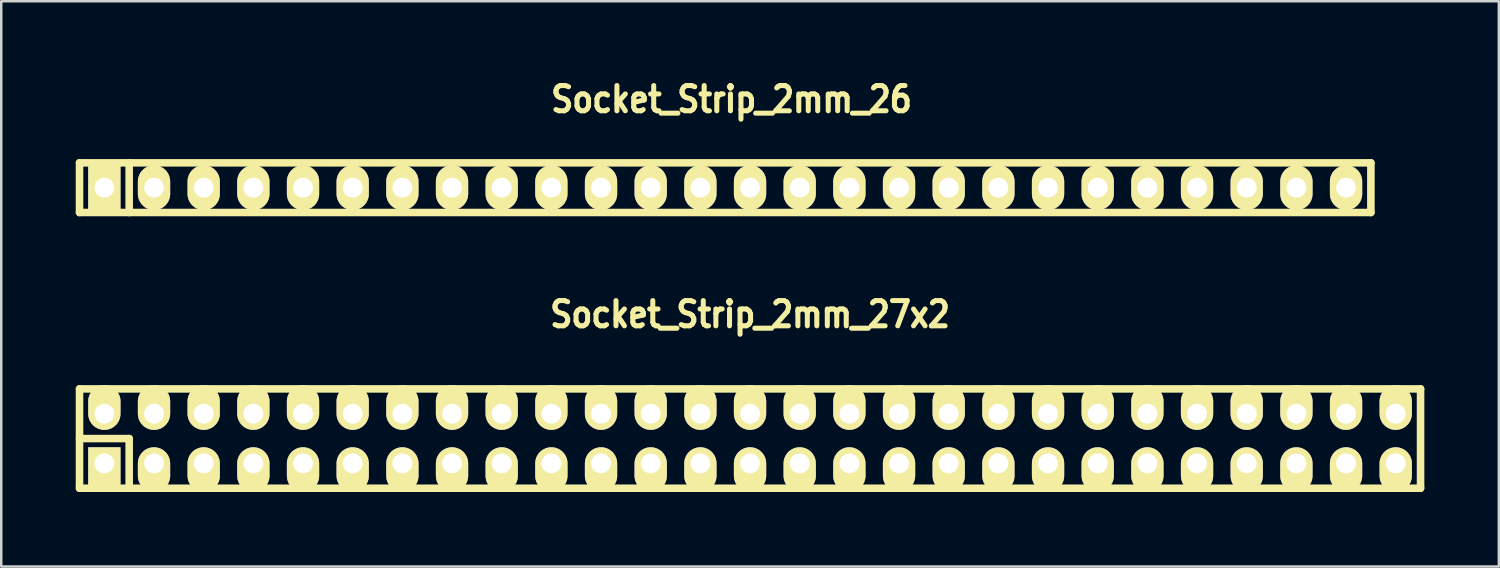
<source format=kicad_pcb>
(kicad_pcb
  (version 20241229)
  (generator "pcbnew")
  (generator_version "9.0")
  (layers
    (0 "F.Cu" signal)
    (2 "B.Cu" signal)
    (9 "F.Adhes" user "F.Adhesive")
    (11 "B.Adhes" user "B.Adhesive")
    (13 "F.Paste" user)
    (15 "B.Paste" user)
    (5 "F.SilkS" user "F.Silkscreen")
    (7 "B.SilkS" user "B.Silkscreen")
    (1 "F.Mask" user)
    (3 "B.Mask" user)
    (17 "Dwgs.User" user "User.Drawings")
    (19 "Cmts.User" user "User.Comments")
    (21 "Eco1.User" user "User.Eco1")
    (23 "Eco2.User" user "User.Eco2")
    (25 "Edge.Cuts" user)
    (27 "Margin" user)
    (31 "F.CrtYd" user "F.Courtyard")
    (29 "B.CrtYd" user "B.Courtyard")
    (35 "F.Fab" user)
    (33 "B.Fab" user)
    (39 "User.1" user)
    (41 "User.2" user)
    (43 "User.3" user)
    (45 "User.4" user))
  (footprint "Socket_Strip_2mm_27x2"
    (layer "F.Cu")
    (at 27.152 14.61)
    (property "Reference" "Socket_Strip_2mm_27x2" (at 0 -5 0) (layer "F.SilkS") (effects (font (size 1.016 0.889) (thickness 0.203))))
    (attr through_hole)
    (fp_line (start -27 -2) (end 27 -2) (stroke (width 0.305) (type solid)) (layer "F.SilkS"))
    (fp_line (start -27 0) (end -25 0) (stroke (width 0.305) (type solid)) (layer "F.SilkS"))
    (fp_line (start -27 2) (end -27 -2) (stroke (width 0.305) (type solid)) (layer "F.SilkS"))
    (fp_line (start -25 0) (end -25 2) (stroke (width 0.305) (type solid)) (layer "F.SilkS"))
    (fp_line (start 27 -2) (end 27 2) (stroke (width 0.305) (type solid)) (layer "F.SilkS"))
    (fp_line (start 27 2) (end -27 2) (stroke (width 0.305) (type solid)) (layer "F.SilkS"))
    (pad "1" thru_hole rect (at -26 1) (size 1.3 1.8) (drill 0.8 (offset 0 0.25)) (layers "*.Cu" "*.Mask" "F.SilkS"))
    (pad "2" thru_hole oval (at -26 -1) (size 1.3 1.8) (drill 0.8 (offset 0 -0.25)) (layers "*.Cu" "*.Mask" "F.SilkS"))
    (pad "3" thru_hole oval (at -24 1) (size 1.3 1.8) (drill 0.8 (offset 0 0.25)) (layers "*.Cu" "*.Mask" "F.SilkS"))
    (pad "4" thru_hole oval (at -24 -1) (size 1.3 1.8) (drill 0.8 (offset 0 -0.25)) (layers "*.Cu" "*.Mask" "F.SilkS"))
    (pad "5" thru_hole oval (at -22 1) (size 1.3 1.8) (drill 0.8 (offset 0 0.25)) (layers "*.Cu" "*.Mask" "F.SilkS"))
    (pad "6" thru_hole oval (at -22 -1) (size 1.3 1.8) (drill 0.8 (offset 0 -0.25)) (layers "*.Cu" "*.Mask" "F.SilkS"))
    (pad "7" thru_hole oval (at -20 1) (size 1.3 1.8) (drill 0.8 (offset 0 0.25)) (layers "*.Cu" "*.Mask" "F.SilkS"))
    (pad "8" thru_hole oval (at -20 -1) (size 1.3 1.8) (drill 0.8 (offset 0 -0.25)) (layers "*.Cu" "*.Mask" "F.SilkS"))
    (pad "9" thru_hole oval (at -18 1) (size 1.3 1.8) (drill 0.8 (offset 0 0.25)) (layers "*.Cu" "*.Mask" "F.SilkS"))
    (pad "10" thru_hole oval (at -18 -1) (size 1.3 1.8) (drill 0.8 (offset 0 -0.25)) (layers "*.Cu" "*.Mask" "F.SilkS"))
    (pad "11" thru_hole oval (at -16 1) (size 1.3 1.8) (drill 0.8 (offset 0 0.25)) (layers "*.Cu" "*.Mask" "F.SilkS"))
    (pad "12" thru_hole oval (at -16 -1) (size 1.3 1.8) (drill 0.8 (offset 0 -0.25)) (layers "*.Cu" "*.Mask" "F.SilkS"))
    (pad "13" thru_hole oval (at -14 1) (size 1.3 1.8) (drill 0.8 (offset 0 0.25)) (layers "*.Cu" "*.Mask" "F.SilkS"))
    (pad "14" thru_hole oval (at -14 -1) (size 1.3 1.8) (drill 0.8 (offset 0 -0.25)) (layers "*.Cu" "*.Mask" "F.SilkS"))
    (pad "15" thru_hole oval (at -12 1) (size 1.3 1.8) (drill 0.8 (offset 0 0.25)) (layers "*.Cu" "*.Mask" "F.SilkS"))
    (pad "16" thru_hole oval (at -12 -1) (size 1.3 1.8) (drill 0.8 (offset 0 -0.25)) (layers "*.Cu" "*.Mask" "F.SilkS"))
    (pad "17" thru_hole oval (at -10 1) (size 1.3 1.8) (drill 0.8 (offset 0 0.25)) (layers "*.Cu" "*.Mask" "F.SilkS"))
    (pad "18" thru_hole oval (at -10 -1) (size 1.3 1.8) (drill 0.8 (offset 0 -0.25)) (layers "*.Cu" "*.Mask" "F.SilkS"))
    (pad "19" thru_hole oval (at -8 1) (size 1.3 1.8) (drill 0.8 (offset 0 0.25)) (layers "*.Cu" "*.Mask" "F.SilkS"))
    (pad "20" thru_hole oval (at -8 -1) (size 1.3 1.8) (drill 0.8 (offset 0 -0.25)) (layers "*.Cu" "*.Mask" "F.SilkS"))
    (pad "21" thru_hole oval (at -6 1) (size 1.3 1.8) (drill 0.8 (offset 0 0.25)) (layers "*.Cu" "*.Mask" "F.SilkS"))
    (pad "22" thru_hole oval (at -6 -1) (size 1.3 1.8) (drill 0.8 (offset 0 -0.25)) (layers "*.Cu" "*.Mask" "F.SilkS"))
    (pad "23" thru_hole oval (at -4 1) (size 1.3 1.8) (drill 0.8 (offset 0 0.25)) (layers "*.Cu" "*.Mask" "F.SilkS"))
    (pad "24" thru_hole oval (at -4 -1) (size 1.3 1.8) (drill 0.8 (offset 0 -0.25)) (layers "*.Cu" "*.Mask" "F.SilkS"))
    (pad "25" thru_hole oval (at -2 1) (size 1.3 1.8) (drill 0.8 (offset 0 0.25)) (layers "*.Cu" "*.Mask" "F.SilkS"))
    (pad "26" thru_hole oval (at -2 -1) (size 1.3 1.8) (drill 0.8 (offset 0 -0.25)) (layers "*.Cu" "*.Mask" "F.SilkS"))
    (pad "27" thru_hole oval (at 0 1) (size 1.3 1.8) (drill 0.8 (offset 0 0.25)) (layers "*.Cu" "*.Mask" "F.SilkS"))
    (pad "28" thru_hole oval (at 0 -1) (size 1.3 1.8) (drill 0.8 (offset 0 -0.25)) (layers "*.Cu" "*.Mask" "F.SilkS"))
    (pad "29" thru_hole oval (at 2 1) (size 1.3 1.8) (drill 0.8 (offset 0 0.25)) (layers "*.Cu" "*.Mask" "F.SilkS"))
    (pad "30" thru_hole oval (at 2 -1) (size 1.3 1.8) (drill 0.8 (offset 0 -0.25)) (layers "*.Cu" "*.Mask" "F.SilkS"))
    (pad "31" thru_hole oval (at 4 1) (size 1.3 1.8) (drill 0.8 (offset 0 0.25)) (layers "*.Cu" "*.Mask" "F.SilkS"))
    (pad "32" thru_hole oval (at 4 -1) (size 1.3 1.8) (drill 0.8 (offset 0 -0.25)) (layers "*.Cu" "*.Mask" "F.SilkS"))
    (pad "33" thru_hole oval (at 6 1) (size 1.3 1.8) (drill 0.8 (offset 0 0.25)) (layers "*.Cu" "*.Mask" "F.SilkS"))
    (pad "34" thru_hole oval (at 6 -1) (size 1.3 1.8) (drill 0.8 (offset 0 -0.25)) (layers "*.Cu" "*.Mask" "F.SilkS"))
    (pad "35" thru_hole oval (at 8 1) (size 1.3 1.8) (drill 0.8 (offset 0 0.25)) (layers "*.Cu" "*.Mask" "F.SilkS"))
    (pad "36" thru_hole oval (at 8 -1) (size 1.3 1.8) (drill 0.8 (offset 0 -0.25)) (layers "*.Cu" "*.Mask" "F.SilkS"))
    (pad "37" thru_hole oval (at 10 1) (size 1.3 1.8) (drill 0.8 (offset 0 0.25)) (layers "*.Cu" "*.Mask" "F.SilkS"))
    (pad "38" thru_hole oval (at 10 -1) (size 1.3 1.8) (drill 0.8 (offset 0 -0.25)) (layers "*.Cu" "*.Mask" "F.SilkS"))
    (pad "39" thru_hole oval (at 12 1) (size 1.3 1.8) (drill 0.8 (offset 0 0.25)) (layers "*.Cu" "*.Mask" "F.SilkS"))
    (pad "40" thru_hole oval (at 12 -1) (size 1.3 1.8) (drill 0.8 (offset 0 -0.25)) (layers "*.Cu" "*.Mask" "F.SilkS"))
    (pad "41" thru_hole oval (at 14 1) (size 1.3 1.8) (drill 0.8 (offset 0 0.25)) (layers "*.Cu" "*.Mask" "F.SilkS"))
    (pad "42" thru_hole oval (at 14 -1) (size 1.3 1.8) (drill 0.8 (offset 0 -0.25)) (layers "*.Cu" "*.Mask" "F.SilkS"))
    (pad "43" thru_hole oval (at 16 1) (size 1.3 1.8) (drill 0.8 (offset 0 0.25)) (layers "*.Cu" "*.Mask" "F.SilkS"))
    (pad "44" thru_hole oval (at 16 -1) (size 1.3 1.8) (drill 0.8 (offset 0 -0.25)) (layers "*.Cu" "*.Mask" "F.SilkS"))
    (pad "45" thru_hole oval (at 18 1) (size 1.3 1.8) (drill 0.8 (offset 0 0.25)) (layers "*.Cu" "*.Mask" "F.SilkS"))
    (pad "46" thru_hole oval (at 18 -1) (size 1.3 1.8) (drill 0.8 (offset 0 -0.25)) (layers "*.Cu" "*.Mask" "F.SilkS"))
    (pad "47" thru_hole oval (at 20 1) (size 1.3 1.8) (drill 0.8 (offset 0 0.25)) (layers "*.Cu" "*.Mask" "F.SilkS"))
    (pad "48" thru_hole oval (at 20 -1) (size 1.3 1.8) (drill 0.8 (offset 0 -0.25)) (layers "*.Cu" "*.Mask" "F.SilkS"))
    (pad "49" thru_hole oval (at 22 1) (size 1.3 1.8) (drill 0.8 (offset 0 0.25)) (layers "*.Cu" "*.Mask" "F.SilkS"))
    (pad "50" thru_hole oval (at 22 -1) (size 1.3 1.8) (drill 0.8 (offset 0 -0.25)) (layers "*.Cu" "*.Mask" "F.SilkS"))
    (pad "51" thru_hole oval (at 24 1) (size 1.3 1.8) (drill 0.8 (offset 0 0.25)) (layers "*.Cu" "*.Mask" "F.SilkS"))
    (pad "52" thru_hole oval (at 24 -1) (size 1.3 1.8) (drill 0.8 (offset 0 -0.25)) (layers "*.Cu" "*.Mask" "F.SilkS"))
    (pad "53" thru_hole oval (at 26 1) (size 1.3 1.8) (drill 0.8 (offset 0 0.25)) (layers "*.Cu" "*.Mask" "F.SilkS"))
    (pad "54" thru_hole oval (at 26 -1) (size 1.3 1.8) (drill 0.8 (offset 0 -0.25)) (layers "*.Cu" "*.Mask" "F.SilkS")))
  (footprint "Socket_Strip_2mm_26"
    (layer "F.Cu")
    (at 26.152 4.507)
    (property "Reference" "Socket_Strip_2mm_26" (at 0.254 -3.556 0) (layer "F.SilkS") (effects (font (size 1.016 0.889) (thickness 0.203))))
    (attr through_hole)
    (fp_line (start -26 -1) (end 26 -1) (stroke (width 0.305) (type solid)) (layer "F.SilkS"))
    (fp_line (start -26 1) (end -26 -1) (stroke (width 0.305) (type solid)) (layer "F.SilkS"))
    (fp_line (start -24 -1) (end -24 1) (stroke (width 0.305) (type solid)) (layer "F.SilkS"))
    (fp_line (start 26 -1) (end 26 1) (stroke (width 0.305) (type solid)) (layer "F.SilkS"))
    (fp_line (start 26 1) (end -26 1) (stroke (width 0.305) (type solid)) (layer "F.SilkS"))
    (pad "1" thru_hole rect (at -25 0) (size 1.3 1.8) (drill 0.8) (layers "*.Cu" "*.Mask" "F.SilkS"))
    (pad "2" thru_hole oval (at -23 0) (size 1.3 1.8) (drill 0.8) (layers "*.Cu" "*.Mask" "F.SilkS"))
    (pad "3" thru_hole oval (at -21 0) (size 1.3 1.8) (drill 0.8) (layers "*.Cu" "*.Mask" "F.SilkS"))
    (pad "4" thru_hole oval (at -19 0) (size 1.3 1.8) (drill 0.8) (layers "*.Cu" "*.Mask" "F.SilkS"))
    (pad "5" thru_hole oval (at -17 0) (size 1.3 1.8) (drill 0.8) (layers "*.Cu" "*.Mask" "F.SilkS"))
    (pad "6" thru_hole oval (at -15 0) (size 1.3 1.8) (drill 0.8) (layers "*.Cu" "*.Mask" "F.SilkS"))
    (pad "7" thru_hole oval (at -13 0) (size 1.3 1.8) (drill 0.8) (layers "*.Cu" "*.Mask" "F.SilkS"))
    (pad "8" thru_hole oval (at -11 0) (size 1.3 1.8) (drill 0.8) (layers "*.Cu" "*.Mask" "F.SilkS"))
    (pad "9" thru_hole oval (at -9 0) (size 1.3 1.8) (drill 0.8) (layers "*.Cu" "*.Mask" "F.SilkS"))
    (pad "10" thru_hole oval (at -7 0) (size 1.3 1.8) (drill 0.8) (layers "*.Cu" "*.Mask" "F.SilkS"))
    (pad "11" thru_hole oval (at -5 0) (size 1.3 1.8) (drill 0.8) (layers "*.Cu" "*.Mask" "F.SilkS"))
    (pad "12" thru_hole oval (at -3 0) (size 1.3 1.8) (drill 0.8) (layers "*.Cu" "*.Mask" "F.SilkS"))
    (pad "13" thru_hole oval (at -1 0) (size 1.3 1.8) (drill 0.8) (layers "*.Cu" "*.Mask" "F.SilkS"))
    (pad "14" thru_hole oval (at 1 0) (size 1.3 1.8) (drill 0.8) (layers "*.Cu" "*.Mask" "F.SilkS"))
    (pad "15" thru_hole oval (at 3 0) (size 1.3 1.8) (drill 0.8) (layers "*.Cu" "*.Mask" "F.SilkS"))
    (pad "16" thru_hole oval (at 5 0) (size 1.3 1.8) (drill 0.8) (layers "*.Cu" "*.Mask" "F.SilkS"))
    (pad "17" thru_hole oval (at 7 0) (size 1.3 1.8) (drill 0.8) (layers "*.Cu" "*.Mask" "F.SilkS"))
    (pad "18" thru_hole oval (at 9 0) (size 1.3 1.8) (drill 0.8) (layers "*.Cu" "*.Mask" "F.SilkS"))
    (pad "19" thru_hole oval (at 11 0) (size 1.3 1.8) (drill 0.8) (layers "*.Cu" "*.Mask" "F.SilkS"))
    (pad "20" thru_hole oval (at 13 0) (size 1.3 1.8) (drill 0.8) (layers "*.Cu" "*.Mask" "F.SilkS"))
    (pad "21" thru_hole oval (at 15 0) (size 1.3 1.8) (drill 0.8) (layers "*.Cu" "*.Mask" "F.SilkS"))
    (pad "22" thru_hole oval (at 17 0) (size 1.3 1.8) (drill 0.8) (layers "*.Cu" "*.Mask" "F.SilkS"))
    (pad "23" thru_hole oval (at 19 0) (size 1.3 1.8) (drill 0.8) (layers "*.Cu" "*.Mask" "F.SilkS"))
    (pad "24" thru_hole oval (at 21 0) (size 1.3 1.8) (drill 0.8) (layers "*.Cu" "*.Mask" "F.SilkS"))
    (pad "25" thru_hole oval (at 23 0) (size 1.3 1.8) (drill 0.8) (layers "*.Cu" "*.Mask" "F.SilkS"))
    (pad "26" thru_hole oval (at 25 0) (size 1.3 1.8) (drill 0.8) (layers "*.Cu" "*.Mask" "F.SilkS")))
  (gr_rect
    (start -3 -3)
    (end 57.305 19.763)
    (stroke (width 0.1) (type default))
    (fill no)
    (layer "Edge.Cuts")))
</source>
